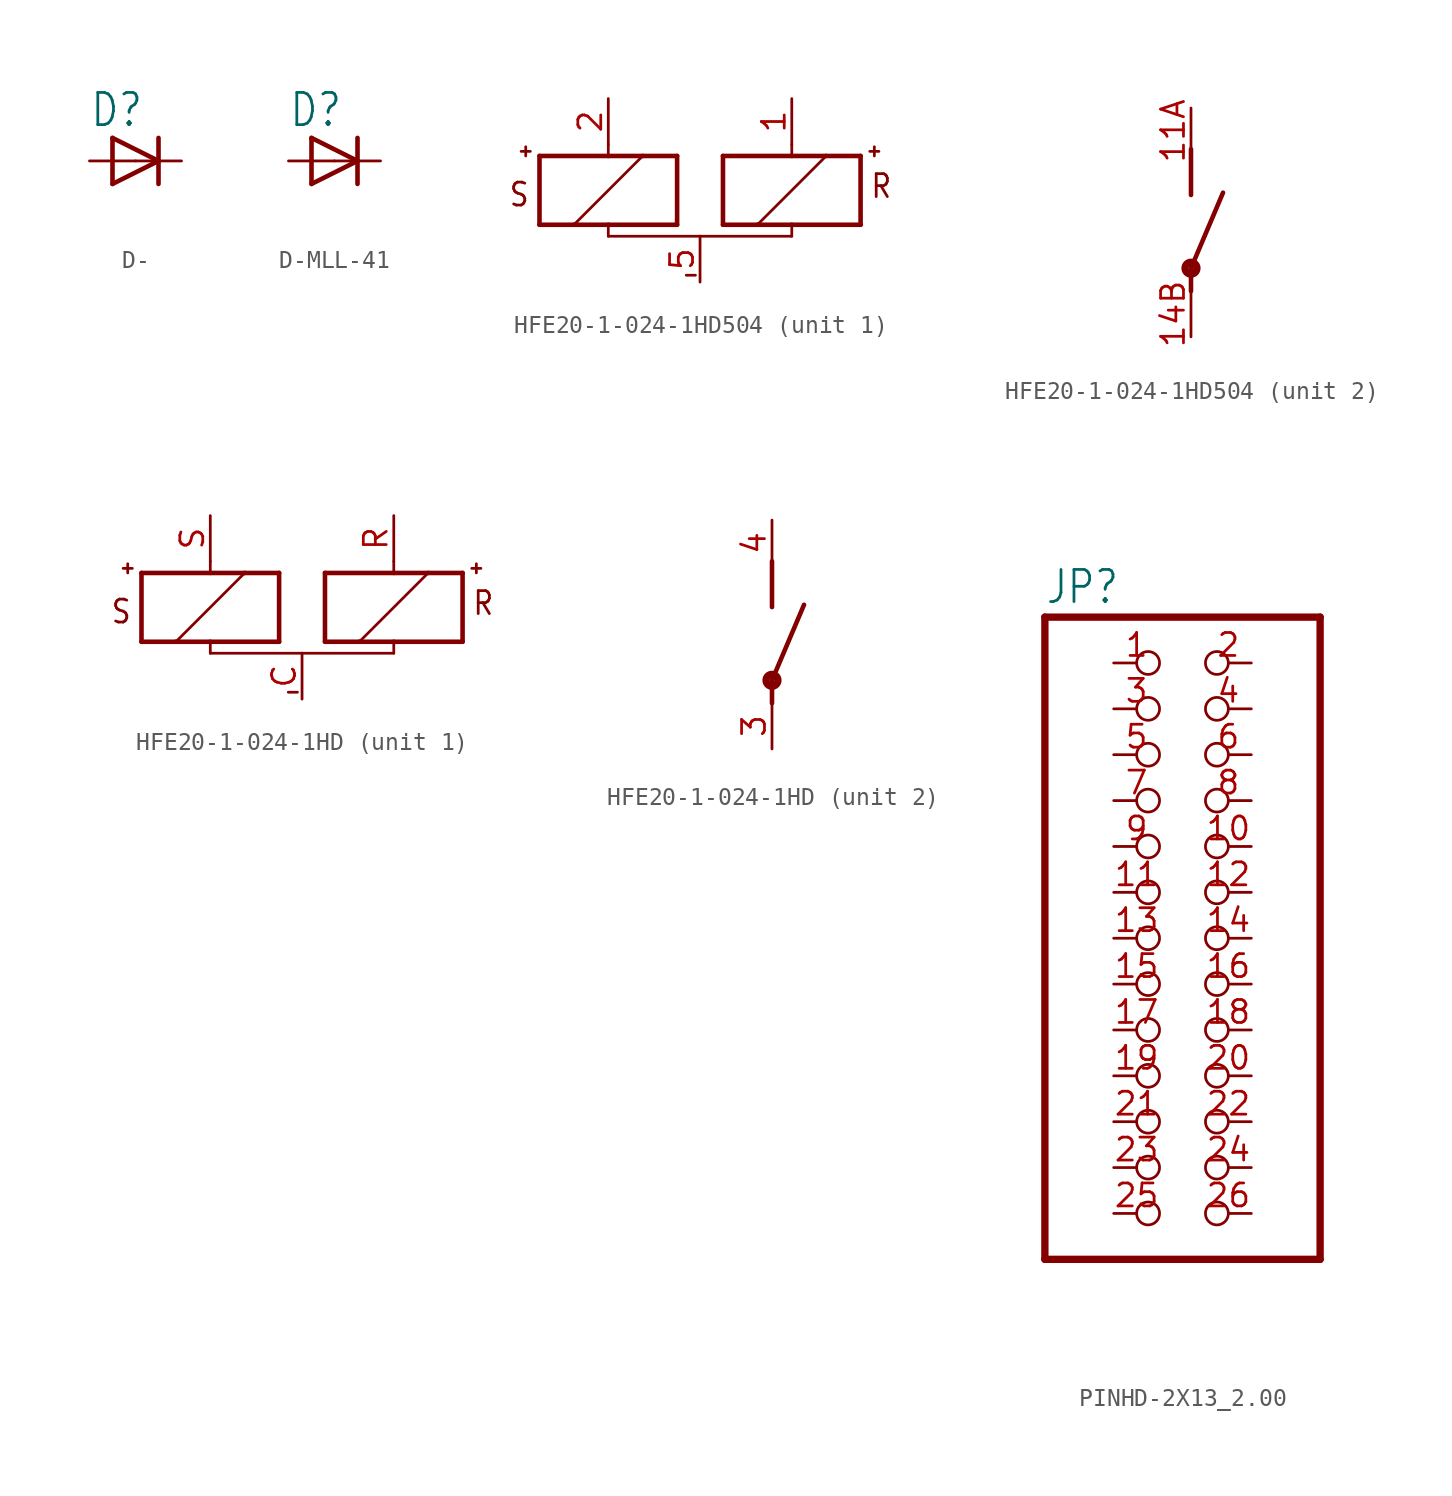
<source format=kicad_sym>
(kicad_symbol_lib
  (version 20220914)
  (generator kicad_symbol_editor)
  (symbol "D-"
    (property "Reference" "D"
      (at -2.54 1.778 0)
      (effects (font (size 1.778 1.511)) (justify left bottom)))
    (property "Value" ""
      (at -2.54 -3.683 0)
      (effects (font (size 1.778 1.511)) (justify left bottom)))
    (property "ki_locked" ""
      (at 0 0 0)
      (effects (font (size 1.27 1.27))))
    (symbol "D-_1_0"
      (polyline (pts (xy -1.27 -1.27) (xy 1.27 0)) (stroke (width 0.254) (type solid)) (fill (type none)))
      (polyline (pts (xy -1.27 1.27) (xy -1.27 -1.27)) (stroke (width 0.254) (type solid)) (fill (type none)))
      (polyline (pts (xy 1.27 0) (xy -1.27 1.27)) (stroke (width 0.254) (type solid)) (fill (type none)))
      (polyline (pts (xy 1.27 0) (xy 1.27 -1.27)) (stroke (width 0.254) (type solid)) (fill (type none)))
      (polyline (pts (xy 1.27 1.27) (xy 1.27 0)) (stroke (width 0.254) (type solid)) (fill (type none)))
      (pin passive line (at 2.54 0 180) (length 2.54) (name "C" (effects (font (size 0 0)))) (number "1" (effects (font (size 0 0)))))
      (pin passive line (at -2.54 0 0) (length 2.54) (name "A" (effects (font (size 0 0)))) (number "2" (effects (font (size 0 0)))))))
  (symbol "D-MLL-41"
    (property "Reference" "D"
      (at -2.54 1.778 0)
      (effects (font (size 1.778 1.511)) (justify left bottom)))
    (property "Value" ""
      (at -2.54 -3.683 0)
      (effects (font (size 1.778 1.511)) (justify left bottom)))
    (property "ki_locked" ""
      (at 0 0 0)
      (effects (font (size 1.27 1.27))))
    (symbol "D-MLL-41_1_0"
      (polyline (pts (xy -1.27 -1.27) (xy 1.27 0)) (stroke (width 0.254) (type solid)) (fill (type none)))
      (polyline (pts (xy -1.27 1.27) (xy -1.27 -1.27)) (stroke (width 0.254) (type solid)) (fill (type none)))
      (polyline (pts (xy 1.27 0) (xy -1.27 1.27)) (stroke (width 0.254) (type solid)) (fill (type none)))
      (polyline (pts (xy 1.27 0) (xy 1.27 -1.27)) (stroke (width 0.254) (type solid)) (fill (type none)))
      (polyline (pts (xy 1.27 1.27) (xy 1.27 0)) (stroke (width 0.254) (type solid)) (fill (type none)))
      (pin passive line (at 2.54 0 180) (length 2.54) (name "C" (effects (font (size 0 0)))) (number "1" (effects (font (size 0 0)))))
      (pin passive line (at -2.54 0 0) (length 2.54) (name "A" (effects (font (size 0 0)))) (number "2" (effects (font (size 0 0)))))))
  (symbol "HFE20-1-024-1HD504"
    (property "Reference" ""
      (at 2.54 0 0)
      (effects (font (size 1.778 1.511)) (justify left bottom) hide))
    (property "ki_locked" ""
      (at 0 0 0)
      (effects (font (size 1.27 1.27))))
    (symbol "HFE20-1-024-1HD504_1_0"
      (polyline (pts (xy -14.732 2.413) (xy -14.732 1.905)) (stroke (width 0.152) (type solid)) (fill (type none)))
      (polyline (pts (xy -14.478 2.159) (xy -14.986 2.159)) (stroke (width 0.152) (type solid)) (fill (type none)))
      (polyline (pts (xy -13.97 -1.905) (xy -12.065 -1.905)) (stroke (width 0.254) (type solid)) (fill (type none)))
      (polyline (pts (xy -13.97 1.905) (xy -13.97 -1.905)) (stroke (width 0.254) (type solid)) (fill (type none)))
      (polyline (pts (xy -12.065 -1.905) (xy -10.16 -1.905)) (stroke (width 0.254) (type solid)) (fill (type none)))
      (polyline (pts (xy -10.16 -2.54) (xy -10.16 -1.905)) (stroke (width 0.152) (type solid)) (fill (type none)))
      (polyline (pts (xy -10.16 -1.905) (xy -6.35 -1.905)) (stroke (width 0.254) (type solid)) (fill (type none)))
      (polyline (pts (xy -10.16 1.905) (xy -13.97 1.905)) (stroke (width 0.254) (type solid)) (fill (type none)))
      (polyline (pts (xy -10.16 2.54) (xy -10.16 1.905)) (stroke (width 0.152) (type solid)) (fill (type none)))
      (polyline (pts (xy -8.255 1.905) (xy -12.065 -1.905)) (stroke (width 0.152) (type solid)) (fill (type none)))
      (polyline (pts (xy -8.255 1.905) (xy -10.16 1.905)) (stroke (width 0.254) (type solid)) (fill (type none)))
      (polyline (pts (xy -6.35 -1.905) (xy -6.35 1.905)) (stroke (width 0.254) (type solid)) (fill (type none)))
      (polyline (pts (xy -6.35 1.905) (xy -8.255 1.905)) (stroke (width 0.254) (type solid)) (fill (type none)))
      (polyline (pts (xy -5.842 -4.699) (xy -5.334 -4.699)) (stroke (width 0.152) (type solid)) (fill (type none)))
      (polyline (pts (xy -5.08 -2.54) (xy -10.16 -2.54)) (stroke (width 0.152) (type solid)) (fill (type none)))
      (polyline (pts (xy -5.08 -2.54) (xy 0 -2.54)) (stroke (width 0.152) (type solid)) (fill (type none)))
      (polyline (pts (xy -3.81 -1.905) (xy -1.905 -1.905)) (stroke (width 0.254) (type solid)) (fill (type none)))
      (polyline (pts (xy -3.81 1.905) (xy -3.81 -1.905)) (stroke (width 0.254) (type solid)) (fill (type none)))
      (polyline (pts (xy -1.905 -1.905) (xy 0 -1.905)) (stroke (width 0.254) (type solid)) (fill (type none)))
      (polyline (pts (xy -1.905 -1.905) (xy 1.905 1.905)) (stroke (width 0.152) (type solid)) (fill (type none)))
      (polyline (pts (xy 0 -2.54) (xy 0 -1.905)) (stroke (width 0.152) (type solid)) (fill (type none)))
      (polyline (pts (xy 0 -1.905) (xy 3.81 -1.905)) (stroke (width 0.254) (type solid)) (fill (type none)))
      (polyline (pts (xy 0 1.905) (xy -3.81 1.905)) (stroke (width 0.254) (type solid)) (fill (type none)))
      (polyline (pts (xy 0 2.54) (xy 0 1.905)) (stroke (width 0.152) (type solid)) (fill (type none)))
      (polyline (pts (xy 1.905 1.905) (xy 0 1.905)) (stroke (width 0.254) (type solid)) (fill (type none)))
      (polyline (pts (xy 3.81 -1.905) (xy 3.81 1.905)) (stroke (width 0.254) (type solid)) (fill (type none)))
      (polyline (pts (xy 3.81 1.905) (xy 1.905 1.905)) (stroke (width 0.254) (type solid)) (fill (type none)))
      (polyline (pts (xy 4.318 2.159) (xy 4.826 2.159)) (stroke (width 0.152) (type solid)) (fill (type none)))
      (polyline (pts (xy 4.572 2.413) (xy 4.572 1.905)) (stroke (width 0.152) (type solid)) (fill (type none)))
      (text "R" (at 4.318 -0.508 0) (effects (font (size 1.27 1.079)) (justify left bottom)))
      (text "S" (at -14.478 0.508 0) (effects (font (size 1.27 1.079)) (justify right top)))
      (pin passive line (at 0 5.08 270) (length 2.54) (name "R+" (effects (font (size 0 0)))) (number "1" (effects (font (size 1.27 1.27)))))
      (pin passive line (at -10.16 5.08 270) (length 2.54) (name "S+" (effects (font (size 0 0)))) (number "2" (effects (font (size 1.27 1.27)))))
      (pin passive line (at -5.08 -5.08 90) (length 2.54) (name "-" (effects (font (size 0 0)))) (number "5" (effects (font (size 1.27 1.27))))))
    (symbol "HFE20-1-024-1HD504_2_0"
      (polyline (pts (xy 0 1.27) (xy 0 0)) (stroke (width 0.254) (type solid)) (fill (type none)))
      (polyline (pts (xy 0 1.27) (xy 1.778 5.461)) (stroke (width 0.254) (type solid)) (fill (type none)))
      (polyline (pts (xy 0 5.334) (xy 0 7.874)) (stroke (width 0.254) (type solid)) (fill (type none)))
      (circle (center 0 1.27) (radius 0.127) (stroke (width 0.406) (type solid)) (fill (type none)))
      (pin passive line (at 0 10.16 270) (length 2.54) (name "PB" (effects (font (size 0 0)))) (number "11A" (effects (font (size 1.27 1.27)))))
      (pin passive line (at 0 -2.54 90) (length 2.54) (name "PA" (effects (font (size 0 0)))) (number "14B" (effects (font (size 1.27 1.27)))))))
  (symbol "HFE20-1-024-1HD"
    (property "Reference" ""
      (at 2.54 0 0)
      (effects (font (size 1.778 1.511)) (justify left bottom) hide))
    (property "ki_locked" ""
      (at 0 0 0)
      (effects (font (size 1.27 1.27))))
    (symbol "HFE20-1-024-1HD_1_0"
      (polyline (pts (xy -14.732 2.413) (xy -14.732 1.905)) (stroke (width 0.152) (type solid)) (fill (type none)))
      (polyline (pts (xy -14.478 2.159) (xy -14.986 2.159)) (stroke (width 0.152) (type solid)) (fill (type none)))
      (polyline (pts (xy -13.97 -1.905) (xy -12.065 -1.905)) (stroke (width 0.254) (type solid)) (fill (type none)))
      (polyline (pts (xy -13.97 1.905) (xy -13.97 -1.905)) (stroke (width 0.254) (type solid)) (fill (type none)))
      (polyline (pts (xy -12.065 -1.905) (xy -10.16 -1.905)) (stroke (width 0.254) (type solid)) (fill (type none)))
      (polyline (pts (xy -10.16 -2.54) (xy -10.16 -1.905)) (stroke (width 0.152) (type solid)) (fill (type none)))
      (polyline (pts (xy -10.16 -1.905) (xy -6.35 -1.905)) (stroke (width 0.254) (type solid)) (fill (type none)))
      (polyline (pts (xy -10.16 1.905) (xy -13.97 1.905)) (stroke (width 0.254) (type solid)) (fill (type none)))
      (polyline (pts (xy -10.16 2.54) (xy -10.16 1.905)) (stroke (width 0.152) (type solid)) (fill (type none)))
      (polyline (pts (xy -8.255 1.905) (xy -12.065 -1.905)) (stroke (width 0.152) (type solid)) (fill (type none)))
      (polyline (pts (xy -8.255 1.905) (xy -10.16 1.905)) (stroke (width 0.254) (type solid)) (fill (type none)))
      (polyline (pts (xy -6.35 -1.905) (xy -6.35 1.905)) (stroke (width 0.254) (type solid)) (fill (type none)))
      (polyline (pts (xy -6.35 1.905) (xy -8.255 1.905)) (stroke (width 0.254) (type solid)) (fill (type none)))
      (polyline (pts (xy -5.842 -4.699) (xy -5.334 -4.699)) (stroke (width 0.152) (type solid)) (fill (type none)))
      (polyline (pts (xy -5.08 -2.54) (xy -10.16 -2.54)) (stroke (width 0.152) (type solid)) (fill (type none)))
      (polyline (pts (xy -5.08 -2.54) (xy 0 -2.54)) (stroke (width 0.152) (type solid)) (fill (type none)))
      (polyline (pts (xy -3.81 -1.905) (xy -1.905 -1.905)) (stroke (width 0.254) (type solid)) (fill (type none)))
      (polyline (pts (xy -3.81 1.905) (xy -3.81 -1.905)) (stroke (width 0.254) (type solid)) (fill (type none)))
      (polyline (pts (xy -1.905 -1.905) (xy 0 -1.905)) (stroke (width 0.254) (type solid)) (fill (type none)))
      (polyline (pts (xy -1.905 -1.905) (xy 1.905 1.905)) (stroke (width 0.152) (type solid)) (fill (type none)))
      (polyline (pts (xy 0 -2.54) (xy 0 -1.905)) (stroke (width 0.152) (type solid)) (fill (type none)))
      (polyline (pts (xy 0 -1.905) (xy 3.81 -1.905)) (stroke (width 0.254) (type solid)) (fill (type none)))
      (polyline (pts (xy 0 1.905) (xy -3.81 1.905)) (stroke (width 0.254) (type solid)) (fill (type none)))
      (polyline (pts (xy 0 2.54) (xy 0 1.905)) (stroke (width 0.152) (type solid)) (fill (type none)))
      (polyline (pts (xy 1.905 1.905) (xy 0 1.905)) (stroke (width 0.254) (type solid)) (fill (type none)))
      (polyline (pts (xy 3.81 -1.905) (xy 3.81 1.905)) (stroke (width 0.254) (type solid)) (fill (type none)))
      (polyline (pts (xy 3.81 1.905) (xy 1.905 1.905)) (stroke (width 0.254) (type solid)) (fill (type none)))
      (polyline (pts (xy 4.318 2.159) (xy 4.826 2.159)) (stroke (width 0.152) (type solid)) (fill (type none)))
      (polyline (pts (xy 4.572 2.413) (xy 4.572 1.905)) (stroke (width 0.152) (type solid)) (fill (type none)))
      (text "R" (at 4.318 -0.508 0) (effects (font (size 1.27 1.079)) (justify left bottom)))
      (text "S" (at -14.478 0.508 0) (effects (font (size 1.27 1.079)) (justify right top)))
      (pin passive line (at -5.08 -5.08 90) (length 2.54) (name "-" (effects (font (size 0 0)))) (number "C" (effects (font (size 1.27 1.27)))))
      (pin passive line (at 0 5.08 270) (length 2.54) (name "R+" (effects (font (size 0 0)))) (number "R" (effects (font (size 1.27 1.27)))))
      (pin passive line (at -10.16 5.08 270) (length 2.54) (name "S+" (effects (font (size 0 0)))) (number "S" (effects (font (size 1.27 1.27))))))
    (symbol "HFE20-1-024-1HD_2_0"
      (polyline (pts (xy 0 1.27) (xy 0 0)) (stroke (width 0.254) (type solid)) (fill (type none)))
      (polyline (pts (xy 0 1.27) (xy 1.778 5.461)) (stroke (width 0.254) (type solid)) (fill (type none)))
      (polyline (pts (xy 0 5.334) (xy 0 7.874)) (stroke (width 0.254) (type solid)) (fill (type none)))
      (circle (center 0 1.27) (radius 0.127) (stroke (width 0.406) (type solid)) (fill (type none)))
      (pin passive line (at 0 -2.54 90) (length 2.54) (name "PA" (effects (font (size 0 0)))) (number "3" (effects (font (size 1.27 1.27)))))
      (pin passive line (at 0 10.16 270) (length 2.54) (name "PB" (effects (font (size 0 0)))) (number "4" (effects (font (size 1.27 1.27)))))))
  (symbol "PINHD-2X13_2.00"
    (property "Reference" "JP"
      (at -6.35 18.415 0)
      (effects (font (size 1.778 1.511)) (justify left bottom)))
    (property "Value" ""
      (at -6.35 -20.32 0)
      (effects (font (size 1.778 1.511)) (justify left bottom)))
    (property "ki_locked" ""
      (at 0 0 0)
      (effects (font (size 1.27 1.27))))
    (symbol "PINHD-2X13_2.00_1_0"
      (polyline (pts (xy -6.35 -17.78) (xy 8.89 -17.78)) (stroke (width 0.406) (type solid)) (fill (type none)))
      (polyline (pts (xy -6.35 17.78) (xy -6.35 -17.78)) (stroke (width 0.406) (type solid)) (fill (type none)))
      (polyline (pts (xy 8.89 -17.78) (xy 8.89 17.78)) (stroke (width 0.406) (type solid)) (fill (type none)))
      (polyline (pts (xy 8.89 17.78) (xy -6.35 17.78)) (stroke (width 0.406) (type solid)) (fill (type none)))
      (pin passive inverted (at -2.54 15.24 0) (length 2.54) (name "1" (effects (font (size 0 0)))) (number "1" (effects (font (size 1.27 1.27)))))
      (pin passive inverted (at 5.08 5.08 180) (length 2.54) (name "10" (effects (font (size 0 0)))) (number "10" (effects (font (size 1.27 1.27)))))
      (pin passive inverted (at -2.54 2.54 0) (length 2.54) (name "11" (effects (font (size 0 0)))) (number "11" (effects (font (size 1.27 1.27)))))
      (pin passive inverted (at 5.08 2.54 180) (length 2.54) (name "12" (effects (font (size 0 0)))) (number "12" (effects (font (size 1.27 1.27)))))
      (pin passive inverted (at -2.54 0 0) (length 2.54) (name "13" (effects (font (size 0 0)))) (number "13" (effects (font (size 1.27 1.27)))))
      (pin passive inverted (at 5.08 0 180) (length 2.54) (name "14" (effects (font (size 0 0)))) (number "14" (effects (font (size 1.27 1.27)))))
      (pin passive inverted (at -2.54 -2.54 0) (length 2.54) (name "15" (effects (font (size 0 0)))) (number "15" (effects (font (size 1.27 1.27)))))
      (pin passive inverted (at 5.08 -2.54 180) (length 2.54) (name "16" (effects (font (size 0 0)))) (number "16" (effects (font (size 1.27 1.27)))))
      (pin passive inverted (at -2.54 -5.08 0) (length 2.54) (name "17" (effects (font (size 0 0)))) (number "17" (effects (font (size 1.27 1.27)))))
      (pin passive inverted (at 5.08 -5.08 180) (length 2.54) (name "18" (effects (font (size 0 0)))) (number "18" (effects (font (size 1.27 1.27)))))
      (pin passive inverted (at -2.54 -7.62 0) (length 2.54) (name "19" (effects (font (size 0 0)))) (number "19" (effects (font (size 1.27 1.27)))))
      (pin passive inverted (at 5.08 15.24 180) (length 2.54) (name "2" (effects (font (size 0 0)))) (number "2" (effects (font (size 1.27 1.27)))))
      (pin passive inverted (at 5.08 -7.62 180) (length 2.54) (name "20" (effects (font (size 0 0)))) (number "20" (effects (font (size 1.27 1.27)))))
      (pin passive inverted (at -2.54 -10.16 0) (length 2.54) (name "21" (effects (font (size 0 0)))) (number "21" (effects (font (size 1.27 1.27)))))
      (pin passive inverted (at 5.08 -10.16 180) (length 2.54) (name "22" (effects (font (size 0 0)))) (number "22" (effects (font (size 1.27 1.27)))))
      (pin passive inverted (at -2.54 -12.7 0) (length 2.54) (name "23" (effects (font (size 0 0)))) (number "23" (effects (font (size 1.27 1.27)))))
      (pin passive inverted (at 5.08 -12.7 180) (length 2.54) (name "24" (effects (font (size 0 0)))) (number "24" (effects (font (size 1.27 1.27)))))
      (pin passive inverted (at -2.54 -15.24 0) (length 2.54) (name "25" (effects (font (size 0 0)))) (number "25" (effects (font (size 1.27 1.27)))))
      (pin passive inverted (at 5.08 -15.24 180) (length 2.54) (name "26" (effects (font (size 0 0)))) (number "26" (effects (font (size 1.27 1.27)))))
      (pin passive inverted (at -2.54 12.7 0) (length 2.54) (name "3" (effects (font (size 0 0)))) (number "3" (effects (font (size 1.27 1.27)))))
      (pin passive inverted (at 5.08 12.7 180) (length 2.54) (name "4" (effects (font (size 0 0)))) (number "4" (effects (font (size 1.27 1.27)))))
      (pin passive inverted (at -2.54 10.16 0) (length 2.54) (name "5" (effects (font (size 0 0)))) (number "5" (effects (font (size 1.27 1.27)))))
      (pin passive inverted (at 5.08 10.16 180) (length 2.54) (name "6" (effects (font (size 0 0)))) (number "6" (effects (font (size 1.27 1.27)))))
      (pin passive inverted (at -2.54 7.62 0) (length 2.54) (name "7" (effects (font (size 0 0)))) (number "7" (effects (font (size 1.27 1.27)))))
      (pin passive inverted (at 5.08 7.62 180) (length 2.54) (name "8" (effects (font (size 0 0)))) (number "8" (effects (font (size 1.27 1.27)))))
      (pin passive inverted (at -2.54 5.08 0) (length 2.54) (name "9" (effects (font (size 0 0)))) (number "9" (effects (font (size 1.27 1.27))))))))
</source>
